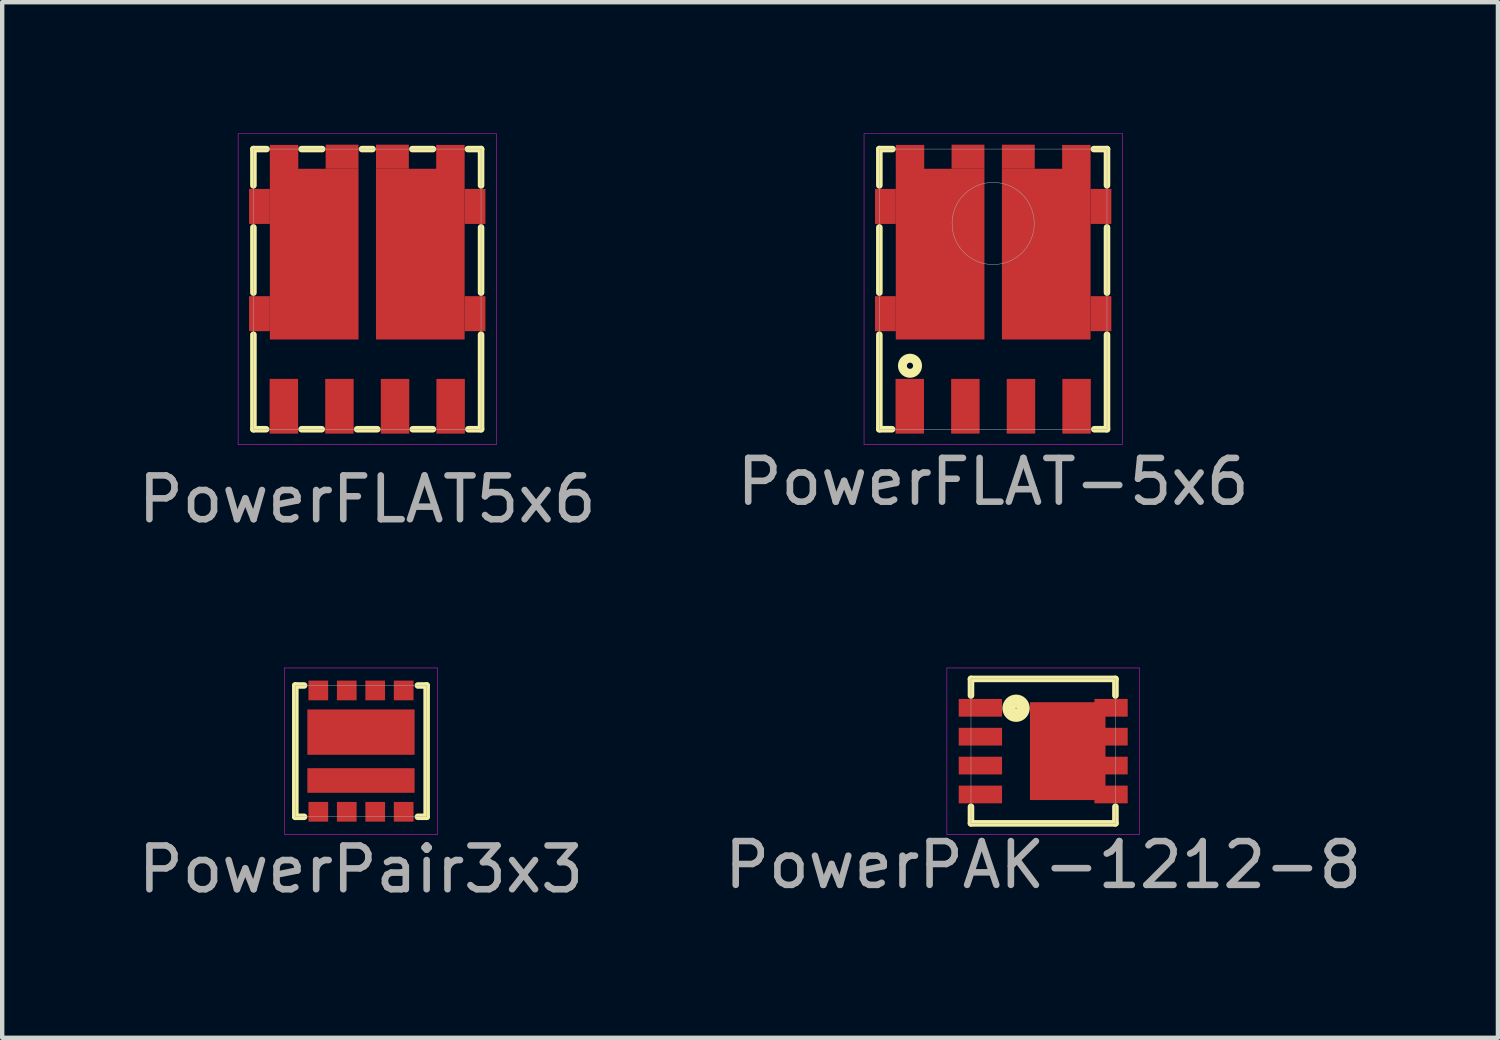
<source format=kicad_pcb>
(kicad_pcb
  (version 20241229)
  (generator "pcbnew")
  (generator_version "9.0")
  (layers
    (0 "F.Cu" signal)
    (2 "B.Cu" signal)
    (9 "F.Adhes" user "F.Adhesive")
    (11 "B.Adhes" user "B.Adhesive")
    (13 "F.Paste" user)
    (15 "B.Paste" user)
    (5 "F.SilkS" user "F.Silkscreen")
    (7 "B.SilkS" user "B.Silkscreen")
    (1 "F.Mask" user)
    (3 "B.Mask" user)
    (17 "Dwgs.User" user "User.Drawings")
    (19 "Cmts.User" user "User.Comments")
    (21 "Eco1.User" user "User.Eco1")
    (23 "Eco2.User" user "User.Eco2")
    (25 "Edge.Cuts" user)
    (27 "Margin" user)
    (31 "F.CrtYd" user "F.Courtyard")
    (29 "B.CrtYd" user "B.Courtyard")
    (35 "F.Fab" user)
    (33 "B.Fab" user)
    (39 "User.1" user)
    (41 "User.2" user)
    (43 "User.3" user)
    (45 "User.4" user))
  (footprint "PowerFLAT-5x6"
    (layer "F.Cu")
    (at 19.637 3.555)
    (property "Reference" "PowerFLAT-5x6" (at 0 4.4 0) (layer "F.Fab") (effects (font (size 1 1) (thickness 0.15))))
    (attr through_hole)
    (fp_line (start -2.6 -3.2) (end -2.6 -2.37) (stroke (width 0.15) (type solid)) (layer "F.SilkS"))
    (fp_line (start -2.6 -1.41) (end -2.6 0.08) (stroke (width 0.15) (type solid)) (layer "F.SilkS"))
    (fp_line (start -2.6 1.04) (end -2.6 3.2) (stroke (width 0.15) (type solid)) (layer "F.SilkS"))
    (fp_line (start -2.6 3.2) (end -2.31 3.2) (stroke (width 0.15) (type solid)) (layer "F.SilkS"))
    (fp_line (start -2.3 -3.2) (end -2.6 -3.2) (stroke (width 0.15) (type solid)) (layer "F.SilkS"))
    (fp_line (start 2.6 -3.2) (end 2.3 -3.2) (stroke (width 0.15) (type solid)) (layer "F.SilkS"))
    (fp_line (start 2.6 -2.37) (end 2.6 -3.2) (stroke (width 0.15) (type solid)) (layer "F.SilkS"))
    (fp_line (start 2.6 0.08) (end 2.6 -1.41) (stroke (width 0.15) (type solid)) (layer "F.SilkS"))
    (fp_line (start 2.6 1.04) (end 2.6 3.2) (stroke (width 0.15) (type solid)) (layer "F.SilkS"))
    (fp_line (start 2.6 3.2) (end 2.31 3.2) (stroke (width 0.15) (type solid)) (layer "F.SilkS"))
    (fp_circle (center -1.9 1.75) (end -1.85 1.8) (stroke (width 0.15) (type solid)) (fill no) (layer "F.SilkS"))
    (fp_circle (center -1.9 1.75) (end -1.7 1.75) (stroke (width 0.15) (type solid)) (fill no) (layer "F.SilkS"))
    (fp_line (start -2.95 -3.55) (end 1.9 -3.55) (stroke (width 0.01) (type solid)) (layer "F.CrtYd"))
    (fp_line (start -2.95 3.55) (end -2.95 -3.55) (stroke (width 0.01) (type solid)) (layer "F.CrtYd"))
    (fp_line (start 1.9 -3.55) (end 2.95 -3.55) (stroke (width 0.01) (type solid)) (layer "F.CrtYd"))
    (fp_line (start 2.95 -3.55) (end 2.95 3.55) (stroke (width 0.01) (type solid)) (layer "F.CrtYd"))
    (fp_line (start 2.95 3.55) (end -2.95 3.55) (stroke (width 0.01) (type solid)) (layer "F.CrtYd"))
    (fp_line (start -2.6 -3.2) (end 2.6 -3.2) (stroke (width 0.01) (type solid)) (layer "F.Fab"))
    (fp_line (start -2.6 3.2) (end -2.6 -3.2) (stroke (width 0.01) (type solid)) (layer "F.Fab"))
    (fp_line (start 2.6 -3.2) (end 2.6 3.2) (stroke (width 0.01) (type solid)) (layer "F.Fab"))
    (fp_line (start 2.6 3.2) (end -2.6 3.2) (stroke (width 0.01) (type solid)) (layer "F.Fab"))
    (fp_circle (center 0 -1.5) (end 0.7 -2.125) (stroke (width 0.01) (type solid)) (fill no) (layer "F.Fab"))
    (pad "D1" smd rect (at 0.575 -3.025) (size 0.75 0.55) (layers "F.Cu" "F.Mask" "F.Paste"))
    (pad "D1" smd rect (at 1.212 -0.8) (size 2.025 3.9) (layers "F.Cu" "F.Mask" "F.Paste"))
    (pad "D1" smd rect (at 1.9 -3.02) (size 0.65 0.55) (layers "F.Cu" "F.Mask" "F.Paste"))
    (pad "D1" smd rect (at 2.462 -1.89) (size 0.475 0.8) (layers "F.Cu" "F.Mask" "F.Paste"))
    (pad "D1" smd rect (at 2.462 0.56) (size 0.475 0.8) (layers "F.Cu" "F.Mask" "F.Paste"))
    (pad "D2" smd rect (at -2.462 -1.89) (size 0.475 0.8) (layers "F.Cu" "F.Mask" "F.Paste"))
    (pad "D2" smd rect (at -2.462 0.56) (size 0.475 0.8) (layers "F.Cu" "F.Mask" "F.Paste"))
    (pad "D2" smd rect (at -1.9 -3.02) (size 0.65 0.55) (layers "F.Cu" "F.Mask" "F.Paste"))
    (pad "D2" smd rect (at -1.212 -0.8) (size 2.025 3.9) (layers "F.Cu" "F.Mask" "F.Paste"))
    (pad "D2" smd rect (at -0.575 -3.025) (size 0.75 0.55) (layers "F.Cu" "F.Mask" "F.Paste"))
    (pad "G1" smd rect (at 1.905 2.675) (size 0.65 1.25) (layers "F.Cu" "F.Mask" "F.Paste"))
    (pad "G2" smd rect (at -0.635 2.675) (size 0.65 1.25) (layers "F.Cu" "F.Mask" "F.Paste"))
    (pad "S1" smd rect (at 0.635 2.675) (size 0.65 1.25) (layers "F.Cu" "F.Mask" "F.Paste"))
    (pad "S2" smd rect (at -1.905 2.675) (size 0.65 1.25) (layers "F.Cu" "F.Mask" "F.Paste")))
  (footprint "PowerPAK-1212-8"
    (layer "F.Cu")
    (at 20.78 14.108)
    (property "Reference" "PowerPAK-1212-8" (at 0 2.6 0) (layer "F.Fab") (effects (font (size 1 1) (thickness 0.15))))
    (attr through_hole)
    (fp_line (start -1.65 -1.65) (end -1.65 -1.27) (stroke (width 0.15) (type solid)) (layer "F.SilkS"))
    (fp_line (start -1.65 1.65) (end -1.65 1.27) (stroke (width 0.15) (type solid)) (layer "F.SilkS"))
    (fp_line (start 1.65 -1.65) (end -1.65 -1.65) (stroke (width 0.15) (type solid)) (layer "F.SilkS"))
    (fp_line (start 1.65 -1.27) (end 1.65 -1.65) (stroke (width 0.15) (type solid)) (layer "F.SilkS"))
    (fp_line (start 1.65 1.27) (end 1.65 1.65) (stroke (width 0.15) (type solid)) (layer "F.SilkS"))
    (fp_line (start 1.65 1.65) (end -1.65 1.65) (stroke (width 0.15) (type solid)) (layer "F.SilkS"))
    (fp_circle (center -0.62 -0.98) (end -0.61 -0.98) (stroke (width 0.15) (type solid)) (fill no) (layer "F.SilkS"))
    (fp_circle (center -0.62 -0.98) (end -0.52 -0.92) (stroke (width 0.15) (type solid)) (fill no) (layer "F.SilkS"))
    (fp_circle (center -0.62 -0.98) (end -0.41 -0.87) (stroke (width 0.15) (type solid)) (fill no) (layer "F.SilkS"))
    (fp_line (start -2.2 -1.9) (end -2.2 1.9) (stroke (width 0.01) (type solid)) (layer "F.CrtYd"))
    (fp_line (start -2.2 1.9) (end 2.2 1.9) (stroke (width 0.01) (type solid)) (layer "F.CrtYd"))
    (fp_line (start 2.2 -1.9) (end -2.2 -1.9) (stroke (width 0.01) (type solid)) (layer "F.CrtYd"))
    (fp_line (start 2.2 1.9) (end 2.2 -1.9) (stroke (width 0.01) (type solid)) (layer "F.CrtYd"))
    (fp_line (start -1.65 -1.65) (end 1.65 -1.65) (stroke (width 0.01) (type solid)) (layer "F.Fab"))
    (fp_line (start -1.65 1.65) (end -1.65 -1.65) (stroke (width 0.01) (type solid)) (layer "F.Fab"))
    (fp_line (start 1.65 -1.65) (end 1.65 1.65) (stroke (width 0.01) (type solid)) (layer "F.Fab"))
    (fp_line (start 1.65 1.65) (end -1.65 1.65) (stroke (width 0.01) (type solid)) (layer "F.Fab"))
    (pad "D" smd rect (at 0.56 0) (size 1.725 2.235) (layers "F.Cu" "F.Mask" "F.Paste"))
    (pad "D" smd rect (at 1.55 -0.99) (size 0.76 0.405) (layers "F.Cu" "F.Mask" "F.Paste"))
    (pad "D" smd rect (at 1.55 -0.33) (size 0.76 0.405) (layers "F.Cu" "F.Mask" "F.Paste"))
    (pad "D" smd rect (at 1.55 0.33) (size 0.76 0.405) (layers "F.Cu" "F.Mask" "F.Paste"))
    (pad "D" smd rect (at 1.55 0.99) (size 0.76 0.405) (layers "F.Cu" "F.Mask" "F.Paste"))
    (pad "G" smd rect (at -1.435 0.99) (size 0.99 0.405) (layers "F.Cu" "F.Mask" "F.Paste"))
    (pad "S" smd rect (at -1.435 -0.99) (size 0.99 0.405) (layers "F.Cu" "F.Mask" "F.Paste"))
    (pad "S" smd rect (at -1.435 -0.33) (size 0.99 0.405) (layers "F.Cu" "F.Mask" "F.Paste"))
    (pad "S" smd rect (at -1.435 0.33) (size 0.99 0.405) (layers "F.Cu" "F.Mask" "F.Paste")))
  (footprint "PowerFLAT5x6"
    (layer "F.Cu")
    (at 5.339 3.555)
    (property "Reference" "PowerFLAT5x6" (at 0 4.8 0) (layer "F.Fab") (effects (font (size 1 1) (thickness 0.15))))
    (attr through_hole)
    (fp_line (start -2.6 -3.2) (end -2.6 -2.37) (stroke (width 0.15) (type solid)) (layer "F.SilkS"))
    (fp_line (start -2.6 -1.41) (end -2.6 0.08) (stroke (width 0.15) (type solid)) (layer "F.SilkS"))
    (fp_line (start -2.6 1.04) (end -2.6 3.2) (stroke (width 0.15) (type solid)) (layer "F.SilkS"))
    (fp_line (start -2.6 3.2) (end -2.31 3.2) (stroke (width 0.15) (type solid)) (layer "F.SilkS"))
    (fp_line (start -2.3 -3.2) (end -2.6 -3.2) (stroke (width 0.15) (type solid)) (layer "F.SilkS"))
    (fp_line (start -1.5 3.2) (end -1.04 3.2) (stroke (width 0.15) (type solid)) (layer "F.SilkS"))
    (fp_line (start -1.03 -3.2) (end -1.5 -3.2) (stroke (width 0.15) (type solid)) (layer "F.SilkS"))
    (fp_line (start -0.23 3.2) (end 0.23 3.2) (stroke (width 0.15) (type solid)) (layer "F.SilkS"))
    (fp_line (start 0.12 -3.2) (end -0.12 -3.2) (stroke (width 0.15) (type solid)) (layer "F.SilkS"))
    (fp_line (start 1.04 3.2) (end 1.5 3.2) (stroke (width 0.15) (type solid)) (layer "F.SilkS"))
    (fp_line (start 1.5 -3.2) (end 1.03 -3.2) (stroke (width 0.15) (type solid)) (layer "F.SilkS"))
    (fp_line (start 2.6 -3.2) (end 2.3 -3.2) (stroke (width 0.15) (type solid)) (layer "F.SilkS"))
    (fp_line (start 2.6 -2.37) (end 2.6 -3.2) (stroke (width 0.15) (type solid)) (layer "F.SilkS"))
    (fp_line (start 2.6 0.08) (end 2.6 -1.41) (stroke (width 0.15) (type solid)) (layer "F.SilkS"))
    (fp_line (start 2.6 1.04) (end 2.6 3.2) (stroke (width 0.15) (type solid)) (layer "F.SilkS"))
    (fp_line (start 2.6 3.2) (end 2.31 3.2) (stroke (width 0.15) (type solid)) (layer "F.SilkS"))
    (fp_line (start -2.95 -3.55) (end 1.9 -3.55) (stroke (width 0.01) (type solid)) (layer "F.CrtYd"))
    (fp_line (start -2.95 3.55) (end -2.95 -3.55) (stroke (width 0.01) (type solid)) (layer "F.CrtYd"))
    (fp_line (start 1.9 -3.55) (end 2.95 -3.55) (stroke (width 0.01) (type solid)) (layer "F.CrtYd"))
    (fp_line (start 2.95 -3.55) (end 2.95 3.55) (stroke (width 0.01) (type solid)) (layer "F.CrtYd"))
    (fp_line (start 2.95 3.55) (end -2.95 3.55) (stroke (width 0.01) (type solid)) (layer "F.CrtYd"))
    (fp_line (start -2.6 -3.2) (end 2.6 -3.2) (stroke (width 0.01) (type solid)) (layer "F.Fab"))
    (fp_line (start -2.6 3.2) (end -2.6 -3.2) (stroke (width 0.01) (type solid)) (layer "F.Fab"))
    (fp_line (start 2.6 -3.2) (end 2.6 3.2) (stroke (width 0.01) (type solid)) (layer "F.Fab"))
    (fp_line (start 2.6 3.2) (end -2.6 3.2) (stroke (width 0.01) (type solid)) (layer "F.Fab"))
    (pad "D1" smd rect (at 0.575 -3.025) (size 0.75 0.55) (layers "F.Cu" "F.Mask" "F.Paste"))
    (pad "D1" smd rect (at 1.212 -0.8) (size 2.025 3.9) (layers "F.Cu" "F.Mask" "F.Paste"))
    (pad "D1" smd rect (at 1.9 -3.02) (size 0.65 0.55) (layers "F.Cu" "F.Mask" "F.Paste"))
    (pad "D1" smd rect (at 2.462 -1.89) (size 0.475 0.8) (layers "F.Cu" "F.Mask" "F.Paste"))
    (pad "D1" smd rect (at 2.462 0.56) (size 0.475 0.8) (layers "F.Cu" "F.Mask" "F.Paste"))
    (pad "D2" smd rect (at -2.462 -1.89) (size 0.475 0.8) (layers "F.Cu" "F.Mask" "F.Paste"))
    (pad "D2" smd rect (at -2.462 0.56) (size 0.475 0.8) (layers "F.Cu" "F.Mask" "F.Paste"))
    (pad "D2" smd rect (at -1.9 -3.02) (size 0.65 0.55) (layers "F.Cu" "F.Mask" "F.Paste"))
    (pad "D2" smd rect (at -1.212 -0.8) (size 2.025 3.9) (layers "F.Cu" "F.Mask" "F.Paste"))
    (pad "D2" smd rect (at -0.575 -3.025) (size 0.75 0.55) (layers "F.Cu" "F.Mask" "F.Paste"))
    (pad "G1" smd rect (at 1.905 2.675) (size 0.65 1.25) (layers "F.Cu" "F.Mask" "F.Paste"))
    (pad "G2" smd rect (at -0.635 2.675) (size 0.65 1.25) (layers "F.Cu" "F.Mask" "F.Paste"))
    (pad "S1" smd rect (at 0.635 2.675) (size 0.65 1.25) (layers "F.Cu" "F.Mask" "F.Paste"))
    (pad "S2" smd rect (at -1.905 2.675) (size 0.65 1.25) (layers "F.Cu" "F.Mask" "F.Paste")))
  (footprint "PowerPair3x3"
    (layer "F.Cu")
    (at 5.196 14.108)
    (property "Reference" "PowerPair3x3" (at 0 2.7 0) (layer "F.Fab") (effects (font (size 1 1) (thickness 0.15))))
    (attr through_hole)
    (fp_line (start -1.5 -1.5) (end -1.5 1.5) (stroke (width 0.15) (type solid)) (layer "F.SilkS"))
    (fp_line (start -1.5 -1.5) (end -1.3 -1.5) (stroke (width 0.15) (type solid)) (layer "F.SilkS"))
    (fp_line (start -1.5 1.5) (end -1.3 1.5) (stroke (width 0.15) (type solid)) (layer "F.SilkS"))
    (fp_line (start 1.5 -1.5) (end 1.3 -1.5) (stroke (width 0.15) (type solid)) (layer "F.SilkS"))
    (fp_line (start 1.5 -1.5) (end 1.5 1.5) (stroke (width 0.15) (type solid)) (layer "F.SilkS"))
    (fp_line (start 1.5 1.5) (end 1.3 1.5) (stroke (width 0.15) (type solid)) (layer "F.SilkS"))
    (fp_line (start -1.75 -1.9) (end -1.75 1.9) (stroke (width 0.01) (type solid)) (layer "F.CrtYd"))
    (fp_line (start -1.75 1.9) (end 1.75 1.9) (stroke (width 0.01) (type solid)) (layer "F.CrtYd"))
    (fp_line (start 1.75 -1.9) (end -1.75 -1.9) (stroke (width 0.01) (type solid)) (layer "F.CrtYd"))
    (fp_line (start 1.75 1.9) (end 1.75 -1.9) (stroke (width 0.01) (type solid)) (layer "F.CrtYd"))
    (fp_line (start -1.5 -1.5) (end 1.5 -1.5) (stroke (width 0.01) (type solid)) (layer "F.Fab"))
    (fp_line (start -1.5 1.5) (end -1.5 -1.5) (stroke (width 0.01) (type solid)) (layer "F.Fab"))
    (fp_line (start 1.5 -1.5) (end 1.5 1.5) (stroke (width 0.01) (type solid)) (layer "F.Fab"))
    (fp_line (start 1.5 1.5) (end -1.5 1.5) (stroke (width 0.01) (type solid)) (layer "F.Fab"))
    (pad "D1" smd rect (at -0.325 1.386) (size 0.45 0.45) (layers "F.Cu" "F.Mask" "F.Paste"))
    (pad "D1" smd rect (at 0 0.671) (size 2.45 0.562) (layers "F.Cu" "F.Mask" "F.Paste"))
    (pad "D1" smd rect (at 0.325 1.386) (size 0.45 0.45) (layers "F.Cu" "F.Mask" "F.Paste"))
    (pad "D1" smd rect (at 0.975 1.386) (size 0.45 0.45) (layers "F.Cu" "F.Mask" "F.Paste"))
    (pad "G1" smd rect (at -0.975 1.386) (size 0.45 0.45) (layers "F.Cu" "F.Mask" "F.Paste"))
    (pad "G2" smd rect (at -0.975 -1.386) (size 0.45 0.45) (layers "F.Cu" "F.Mask" "F.Paste"))
    (pad "S1D2" smd rect (at 0 -0.434) (size 2.45 1.036) (layers "F.Cu" "F.Mask" "F.Paste"))
    (pad "S2" smd rect (at -0.325 -1.386) (size 0.45 0.45) (layers "F.Cu" "F.Mask" "F.Paste"))
    (pad "S2" smd rect (at 0.325 -1.386) (size 0.45 0.45) (layers "F.Cu" "F.Mask" "F.Paste"))
    (pad "S2" smd rect (at 0.975 -1.386) (size 0.45 0.45) (layers "F.Cu" "F.Mask" "F.Paste")))
  (gr_rect
    (start -3 -3)
    (end 31.167 20.657)
    (stroke (width 0.1) (type default))
    (fill no)
    (layer "Edge.Cuts")))
</source>
